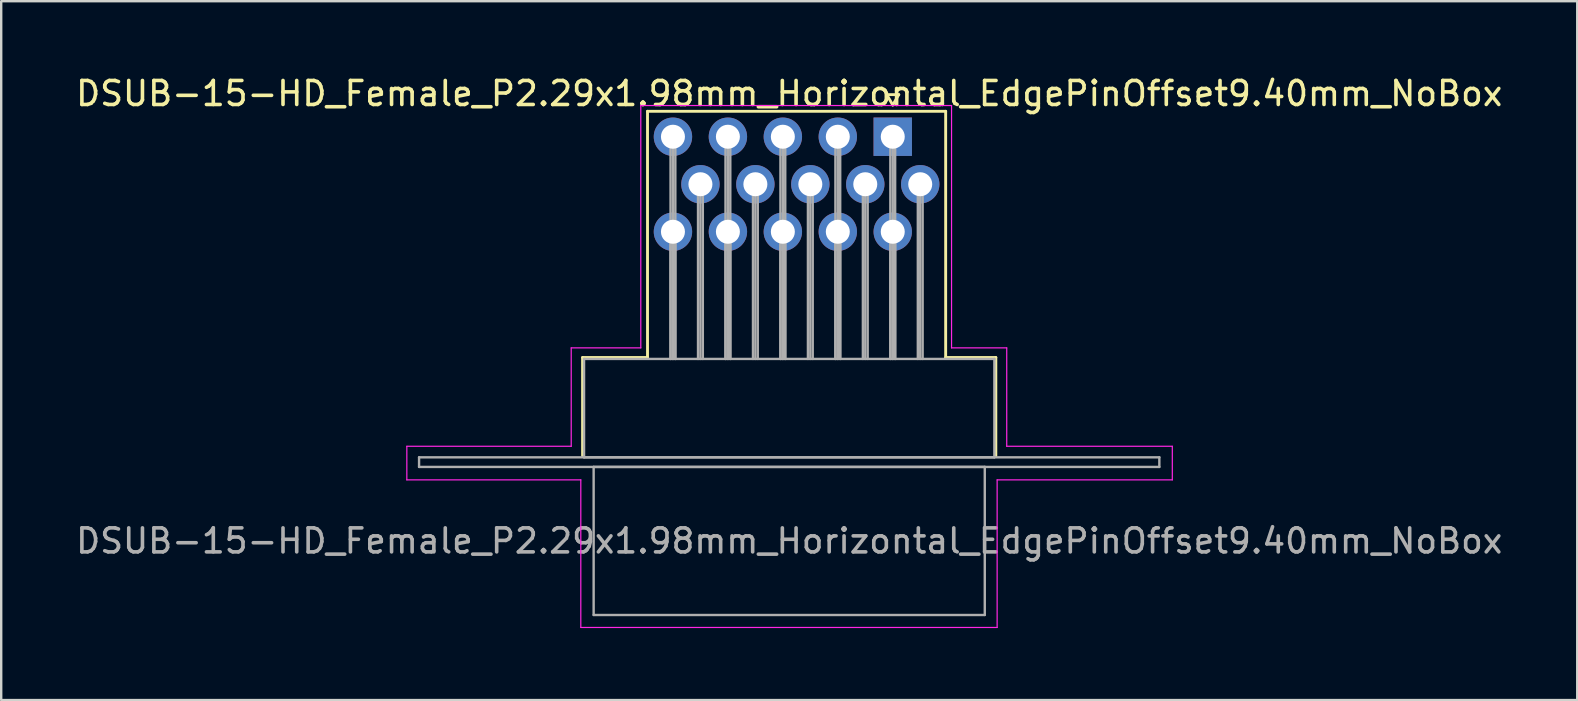
<source format=kicad_pcb>
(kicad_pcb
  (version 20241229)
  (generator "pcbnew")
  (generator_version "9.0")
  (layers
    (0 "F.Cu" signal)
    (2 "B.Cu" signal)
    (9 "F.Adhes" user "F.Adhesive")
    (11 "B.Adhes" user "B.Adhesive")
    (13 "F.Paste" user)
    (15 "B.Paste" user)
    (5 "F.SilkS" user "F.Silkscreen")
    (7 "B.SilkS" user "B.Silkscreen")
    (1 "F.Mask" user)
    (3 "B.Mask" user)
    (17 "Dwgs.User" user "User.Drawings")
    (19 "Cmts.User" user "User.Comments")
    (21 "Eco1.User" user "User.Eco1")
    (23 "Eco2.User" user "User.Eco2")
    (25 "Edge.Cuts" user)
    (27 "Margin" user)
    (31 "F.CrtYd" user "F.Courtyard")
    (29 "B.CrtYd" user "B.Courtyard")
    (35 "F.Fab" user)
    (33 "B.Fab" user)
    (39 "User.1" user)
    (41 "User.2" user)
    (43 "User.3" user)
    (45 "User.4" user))
  (footprint "DSUB-15-HD_Female_P2.29x1.98mm_Horizontal_EdgePinOffset9.40mm_NoBox"
    (layer "F.Cu")
    (at 34.154 2.648)
    (property "Reference" "DSUB-15-HD_Female_P2.29x1.98mm_Horizontal_EdgePinOffset9.40mm_NoBox" (at -4.315 -1.8 0) (layer "F.SilkS") (effects (font (size 1 1) (thickness 0.15))))
    (attr through_hole)
    (fp_line (start -12.925 9.2) (end -10.22 9.2) (stroke (width 0.12) (type solid)) (layer "F.SilkS"))
    (fp_line (start -12.925 13.3) (end -12.925 9.2) (stroke (width 0.12) (type solid)) (layer "F.SilkS"))
    (fp_line (start -10.22 -1.06) (end 2.205 -1.06) (stroke (width 0.12) (type solid)) (layer "F.SilkS"))
    (fp_line (start -10.22 9.2) (end -10.22 -1.06) (stroke (width 0.12) (type solid)) (layer "F.SilkS"))
    (fp_line (start -0.25 -1.754) (end 0.25 -1.754) (stroke (width 0.12) (type solid)) (layer "F.SilkS"))
    (fp_line (start 0 -1.321) (end -0.25 -1.754) (stroke (width 0.12) (type solid)) (layer "F.SilkS"))
    (fp_line (start 0.25 -1.754) (end 0 -1.321) (stroke (width 0.12) (type solid)) (layer "F.SilkS"))
    (fp_line (start 2.205 -1.06) (end 2.205 9.2) (stroke (width 0.12) (type solid)) (layer "F.SilkS"))
    (fp_line (start 2.205 9.2) (end 4.295 9.2) (stroke (width 0.12) (type solid)) (layer "F.SilkS"))
    (fp_line (start 4.295 9.2) (end 4.295 13.3) (stroke (width 0.12) (type solid)) (layer "F.SilkS"))
    (fp_line (start -20.25 12.9) (end -13.4 12.9) (stroke (width 0.05) (type solid)) (layer "F.CrtYd"))
    (fp_line (start -20.25 14.3) (end -20.25 12.9) (stroke (width 0.05) (type solid)) (layer "F.CrtYd"))
    (fp_line (start -13.4 8.8) (end -10.5 8.8) (stroke (width 0.05) (type solid)) (layer "F.CrtYd"))
    (fp_line (start -13.4 12.9) (end -13.4 8.8) (stroke (width 0.05) (type solid)) (layer "F.CrtYd"))
    (fp_line (start -13 14.3) (end -20.25 14.3) (stroke (width 0.05) (type solid)) (layer "F.CrtYd"))
    (fp_line (start -13 20.45) (end -13 14.3) (stroke (width 0.05) (type solid)) (layer "F.CrtYd"))
    (fp_line (start -10.5 -1.3) (end 2.45 -1.3) (stroke (width 0.05) (type solid)) (layer "F.CrtYd"))
    (fp_line (start -10.5 8.8) (end -10.5 -1.3) (stroke (width 0.05) (type solid)) (layer "F.CrtYd"))
    (fp_line (start 2.45 -1.3) (end 2.45 8.8) (stroke (width 0.05) (type solid)) (layer "F.CrtYd"))
    (fp_line (start 2.45 8.8) (end 4.75 8.8) (stroke (width 0.05) (type solid)) (layer "F.CrtYd"))
    (fp_line (start 4.35 14.3) (end 4.35 20.45) (stroke (width 0.05) (type solid)) (layer "F.CrtYd"))
    (fp_line (start 4.35 20.45) (end -13 20.45) (stroke (width 0.05) (type solid)) (layer "F.CrtYd"))
    (fp_line (start 4.75 8.8) (end 4.75 12.9) (stroke (width 0.05) (type solid)) (layer "F.CrtYd"))
    (fp_line (start 4.75 12.9) (end 11.65 12.9) (stroke (width 0.05) (type solid)) (layer "F.CrtYd"))
    (fp_line (start 11.65 12.9) (end 11.65 14.3) (stroke (width 0.05) (type solid)) (layer "F.CrtYd"))
    (fp_line (start 11.65 14.3) (end 4.35 14.3) (stroke (width 0.05) (type solid)) (layer "F.CrtYd"))
    (fp_line (start -19.74 13.36) (end -19.74 13.76) (stroke (width 0.1) (type solid)) (layer "F.Fab"))
    (fp_line (start -19.74 13.76) (end 11.11 13.76) (stroke (width 0.1) (type solid)) (layer "F.Fab"))
    (fp_line (start -12.865 9.26) (end -12.865 13.36) (stroke (width 0.1) (type solid)) (layer "F.Fab"))
    (fp_line (start -12.865 13.36) (end 4.235 13.36) (stroke (width 0.1) (type solid)) (layer "F.Fab"))
    (fp_line (start -12.465 13.76) (end -12.465 19.93) (stroke (width 0.1) (type solid)) (layer "F.Fab"))
    (fp_line (start -12.465 19.93) (end 3.835 19.93) (stroke (width 0.1) (type solid)) (layer "F.Fab"))
    (fp_line (start -9.26 0) (end -9.26 9.26) (stroke (width 0.1) (type solid)) (layer "F.Fab"))
    (fp_line (start -9.26 3.96) (end -9.26 9.26) (stroke (width 0.1) (type solid)) (layer "F.Fab"))
    (fp_line (start -9.16 0) (end -9.16 9.26) (stroke (width 0.1) (type solid)) (layer "F.Fab"))
    (fp_line (start -9.16 3.96) (end -9.16 9.26) (stroke (width 0.1) (type solid)) (layer "F.Fab"))
    (fp_line (start -9.06 0) (end -9.06 9.26) (stroke (width 0.1) (type solid)) (layer "F.Fab"))
    (fp_line (start -9.06 3.96) (end -9.06 9.26) (stroke (width 0.1) (type solid)) (layer "F.Fab"))
    (fp_line (start -8.115 1.98) (end -8.115 9.26) (stroke (width 0.1) (type solid)) (layer "F.Fab"))
    (fp_line (start -8.015 1.98) (end -8.015 9.26) (stroke (width 0.1) (type solid)) (layer "F.Fab"))
    (fp_line (start -7.915 1.98) (end -7.915 9.26) (stroke (width 0.1) (type solid)) (layer "F.Fab"))
    (fp_line (start -6.97 0) (end -6.97 9.26) (stroke (width 0.1) (type solid)) (layer "F.Fab"))
    (fp_line (start -6.97 3.96) (end -6.97 9.26) (stroke (width 0.1) (type solid)) (layer "F.Fab"))
    (fp_line (start -6.87 0) (end -6.87 9.26) (stroke (width 0.1) (type solid)) (layer "F.Fab"))
    (fp_line (start -6.87 3.96) (end -6.87 9.26) (stroke (width 0.1) (type solid)) (layer "F.Fab"))
    (fp_line (start -6.77 0) (end -6.77 9.26) (stroke (width 0.1) (type solid)) (layer "F.Fab"))
    (fp_line (start -6.77 3.96) (end -6.77 9.26) (stroke (width 0.1) (type solid)) (layer "F.Fab"))
    (fp_line (start -5.825 1.98) (end -5.825 9.26) (stroke (width 0.1) (type solid)) (layer "F.Fab"))
    (fp_line (start -5.725 1.98) (end -5.725 9.26) (stroke (width 0.1) (type solid)) (layer "F.Fab"))
    (fp_line (start -5.625 1.98) (end -5.625 9.26) (stroke (width 0.1) (type solid)) (layer "F.Fab"))
    (fp_line (start -4.68 0) (end -4.68 9.26) (stroke (width 0.1) (type solid)) (layer "F.Fab"))
    (fp_line (start -4.68 3.96) (end -4.68 9.26) (stroke (width 0.1) (type solid)) (layer "F.Fab"))
    (fp_line (start -4.58 0) (end -4.58 9.26) (stroke (width 0.1) (type solid)) (layer "F.Fab"))
    (fp_line (start -4.58 3.96) (end -4.58 9.26) (stroke (width 0.1) (type solid)) (layer "F.Fab"))
    (fp_line (start -4.48 0) (end -4.48 9.26) (stroke (width 0.1) (type solid)) (layer "F.Fab"))
    (fp_line (start -4.48 3.96) (end -4.48 9.26) (stroke (width 0.1) (type solid)) (layer "F.Fab"))
    (fp_line (start -3.535 1.98) (end -3.535 9.26) (stroke (width 0.1) (type solid)) (layer "F.Fab"))
    (fp_line (start -3.435 1.98) (end -3.435 9.26) (stroke (width 0.1) (type solid)) (layer "F.Fab"))
    (fp_line (start -3.335 1.98) (end -3.335 9.26) (stroke (width 0.1) (type solid)) (layer "F.Fab"))
    (fp_line (start -2.39 0) (end -2.39 9.26) (stroke (width 0.1) (type solid)) (layer "F.Fab"))
    (fp_line (start -2.39 3.96) (end -2.39 9.26) (stroke (width 0.1) (type solid)) (layer "F.Fab"))
    (fp_line (start -2.29 0) (end -2.29 9.26) (stroke (width 0.1) (type solid)) (layer "F.Fab"))
    (fp_line (start -2.29 3.96) (end -2.29 9.26) (stroke (width 0.1) (type solid)) (layer "F.Fab"))
    (fp_line (start -2.19 0) (end -2.19 9.26) (stroke (width 0.1) (type solid)) (layer "F.Fab"))
    (fp_line (start -2.19 3.96) (end -2.19 9.26) (stroke (width 0.1) (type solid)) (layer "F.Fab"))
    (fp_line (start -1.245 1.98) (end -1.245 9.26) (stroke (width 0.1) (type solid)) (layer "F.Fab"))
    (fp_line (start -1.145 1.98) (end -1.145 9.26) (stroke (width 0.1) (type solid)) (layer "F.Fab"))
    (fp_line (start -1.045 1.98) (end -1.045 9.26) (stroke (width 0.1) (type solid)) (layer "F.Fab"))
    (fp_line (start -0.1 0) (end -0.1 9.26) (stroke (width 0.1) (type solid)) (layer "F.Fab"))
    (fp_line (start -0.1 3.96) (end -0.1 9.26) (stroke (width 0.1) (type solid)) (layer "F.Fab"))
    (fp_line (start 0 0) (end 0 9.26) (stroke (width 0.1) (type solid)) (layer "F.Fab"))
    (fp_line (start 0 3.96) (end 0 9.26) (stroke (width 0.1) (type solid)) (layer "F.Fab"))
    (fp_line (start 0.1 0) (end 0.1 9.26) (stroke (width 0.1) (type solid)) (layer "F.Fab"))
    (fp_line (start 0.1 3.96) (end 0.1 9.26) (stroke (width 0.1) (type solid)) (layer "F.Fab"))
    (fp_line (start 1.045 1.98) (end 1.045 9.26) (stroke (width 0.1) (type solid)) (layer "F.Fab"))
    (fp_line (start 1.145 1.98) (end 1.145 9.26) (stroke (width 0.1) (type solid)) (layer "F.Fab"))
    (fp_line (start 1.245 1.98) (end 1.245 9.26) (stroke (width 0.1) (type solid)) (layer "F.Fab"))
    (fp_line (start 3.835 13.76) (end -12.465 13.76) (stroke (width 0.1) (type solid)) (layer "F.Fab"))
    (fp_line (start 3.835 19.93) (end 3.835 13.76) (stroke (width 0.1) (type solid)) (layer "F.Fab"))
    (fp_line (start 4.235 9.26) (end -12.865 9.26) (stroke (width 0.1) (type solid)) (layer "F.Fab"))
    (fp_line (start 4.235 13.36) (end 4.235 9.26) (stroke (width 0.1) (type solid)) (layer "F.Fab"))
    (fp_line (start 11.11 13.36) (end -19.74 13.36) (stroke (width 0.1) (type solid)) (layer "F.Fab"))
    (fp_line (start 11.11 13.76) (end 11.11 13.36) (stroke (width 0.1) (type solid)) (layer "F.Fab"))
    (fp_text user "${REFERENCE}" (at -4.315 16.845 0) (layer "F.Fab") (effects (font (size 1 1) (thickness 0.15))))
    (pad "1" thru_hole rect (at 0 0) (size 1.6 1.6) (drill 1) (layers "*.Cu" "*.Mask"))
    (pad "2" thru_hole circle (at -2.29 0) (size 1.6 1.6) (drill 1) (layers "*.Cu" "*.Mask"))
    (pad "3" thru_hole circle (at -4.58 0) (size 1.6 1.6) (drill 1) (layers "*.Cu" "*.Mask"))
    (pad "4" thru_hole circle (at -6.87 0) (size 1.6 1.6) (drill 1) (layers "*.Cu" "*.Mask"))
    (pad "5" thru_hole circle (at -9.16 0) (size 1.6 1.6) (drill 1) (layers "*.Cu" "*.Mask"))
    (pad "6" thru_hole circle (at 1.145 1.98) (size 1.6 1.6) (drill 1) (layers "*.Cu" "*.Mask"))
    (pad "7" thru_hole circle (at -1.145 1.98) (size 1.6 1.6) (drill 1) (layers "*.Cu" "*.Mask"))
    (pad "8" thru_hole circle (at -3.435 1.98) (size 1.6 1.6) (drill 1) (layers "*.Cu" "*.Mask"))
    (pad "9" thru_hole circle (at -5.725 1.98) (size 1.6 1.6) (drill 1) (layers "*.Cu" "*.Mask"))
    (pad "10" thru_hole circle (at -8.015 1.98) (size 1.6 1.6) (drill 1) (layers "*.Cu" "*.Mask"))
    (pad "11" thru_hole circle (at 0 3.96) (size 1.6 1.6) (drill 1) (layers "*.Cu" "*.Mask"))
    (pad "12" thru_hole circle (at -2.29 3.96) (size 1.6 1.6) (drill 1) (layers "*.Cu" "*.Mask"))
    (pad "13" thru_hole circle (at -4.58 3.96) (size 1.6 1.6) (drill 1) (layers "*.Cu" "*.Mask"))
    (pad "14" thru_hole circle (at -6.87 3.96) (size 1.6 1.6) (drill 1) (layers "*.Cu" "*.Mask"))
    (pad "15" thru_hole circle (at -9.16 3.96) (size 1.6 1.6) (drill 1) (layers "*.Cu" "*.Mask")))
  (gr_rect
    (start -3 -3)
    (end 62.679 26.123)
    (stroke (width 0.1) (type default))
    (fill no)
    (layer "Edge.Cuts")))
</source>
